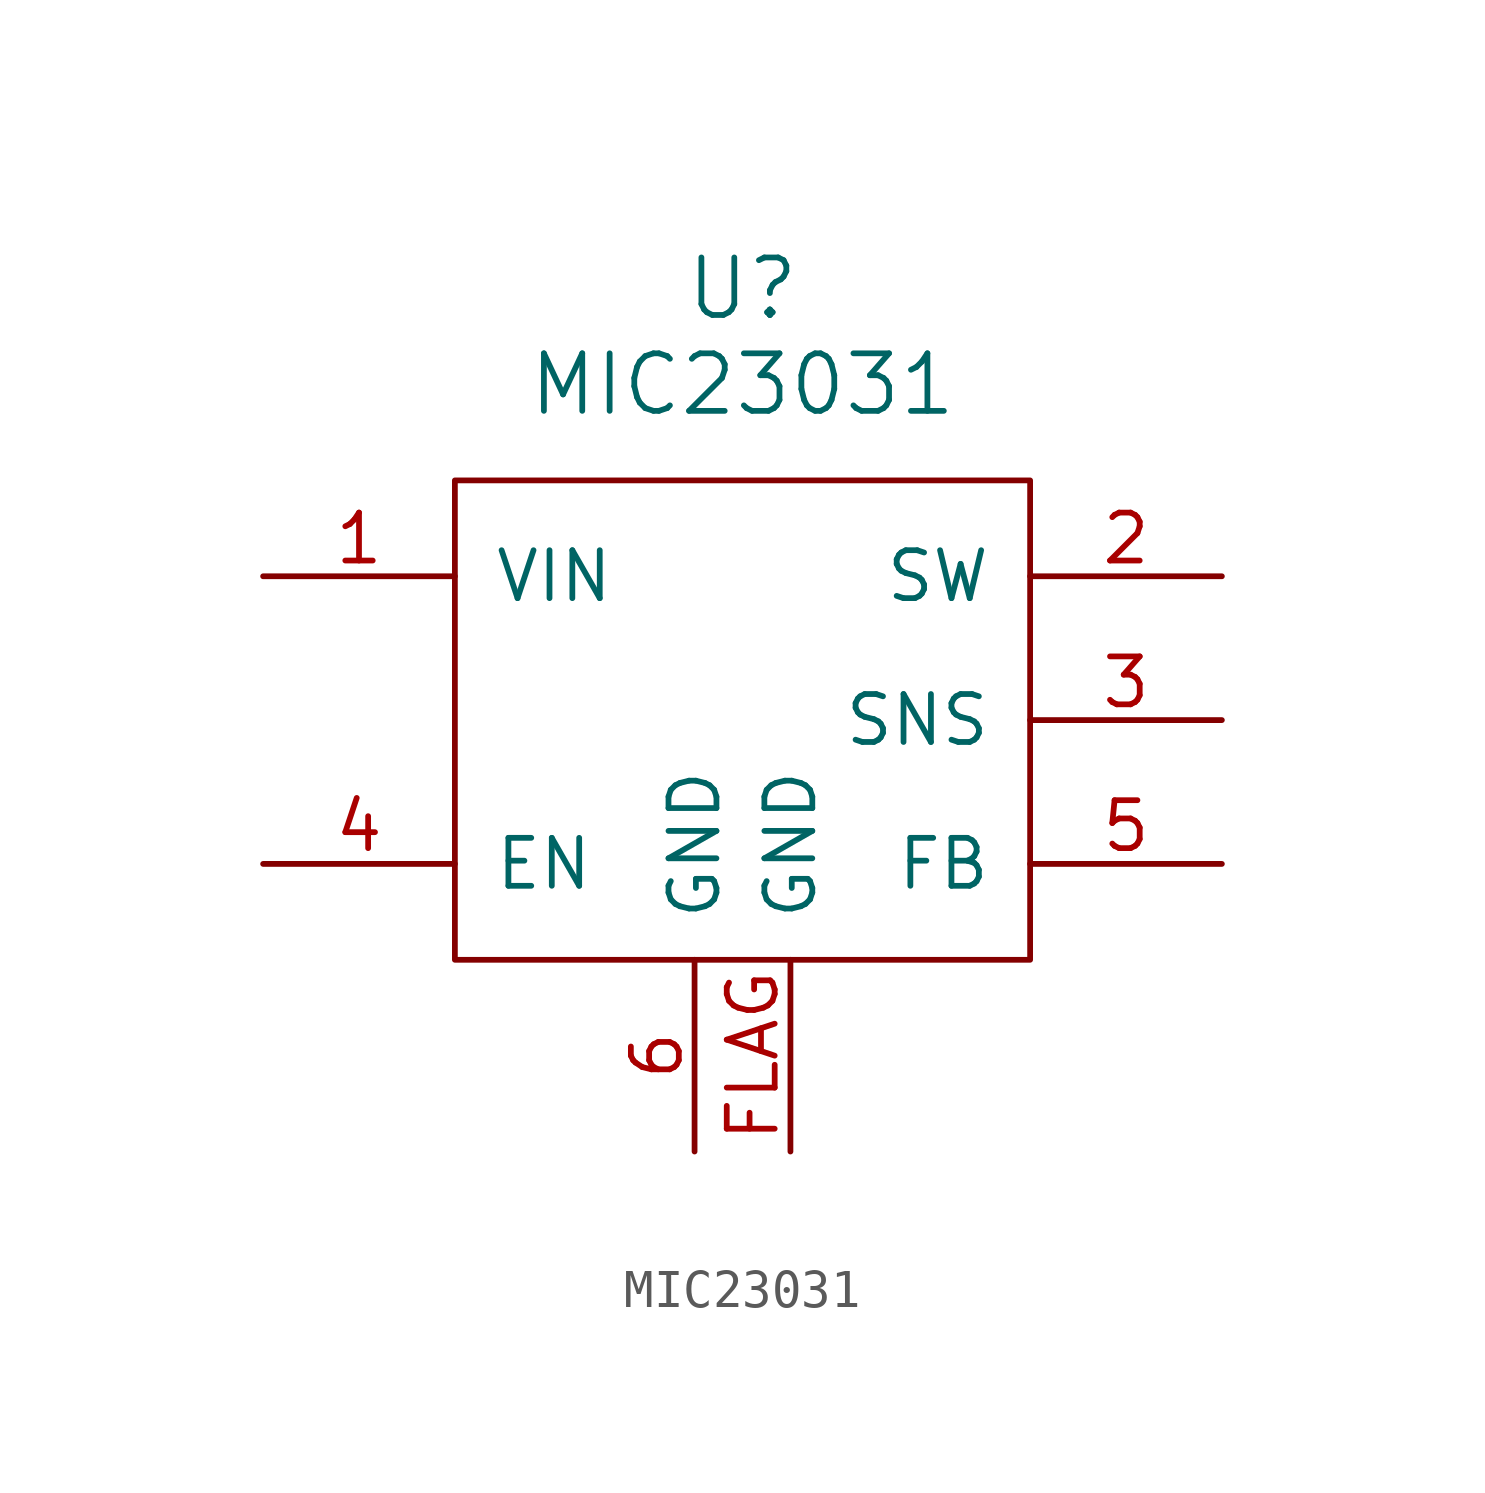
<source format=kicad_sym>
(kicad_symbol_lib
  (version 20211014)
  (generator kicad_symbol_editor)
  (symbol "MIC23031"
    (pin_names
      (offset 1.016))
    (property "Reference" "U"
      (at 0 11.43 0)
      (effects (font (size 1.524 1.524))))
    (property "Value" "MIC23031"
      (at 0 8.89 0)
      (effects (font (size 1.524 1.524))))
    (symbol "MIC23031_0_1"
      (rectangle (start -7.62 6.35) (end 7.62 -6.35) (stroke (width 0) (type default) (color 0 0 0 0)) (fill (type none))))
    (symbol "MIC23031_1_1"
      (pin power_in line (at -12.7 3.81 0) (length 5.08) (name "VIN" (effects (font (size 1.27 1.27)))) (number "1" (effects (font (size 1.27 1.27)))))
      (pin passive line (at 12.7 3.81 180) (length 5.08) (name "SW" (effects (font (size 1.27 1.27)))) (number "2" (effects (font (size 1.27 1.27)))))
      (pin passive line (at 12.7 0 180) (length 5.08) (name "SNS" (effects (font (size 1.27 1.27)))) (number "3" (effects (font (size 1.27 1.27)))))
      (pin input line (at -12.7 -3.81 0) (length 5.08) (name "EN" (effects (font (size 1.27 1.27)))) (number "4" (effects (font (size 1.27 1.27)))))
      (pin passive line (at 12.7 -3.81 180) (length 5.08) (name "FB" (effects (font (size 1.27 1.27)))) (number "5" (effects (font (size 1.27 1.27)))))
      (pin power_in line (at -1.27 -11.43 90) (length 5.08) (name "GND" (effects (font (size 1.27 1.27)))) (number "6" (effects (font (size 1.27 1.27)))))
      (pin power_in line (at 1.27 -11.43 90) (length 5.08) (name "GND" (effects (font (size 1.27 1.27)))) (number "FLAG" (effects (font (size 1.27 1.27))))))))
</source>
